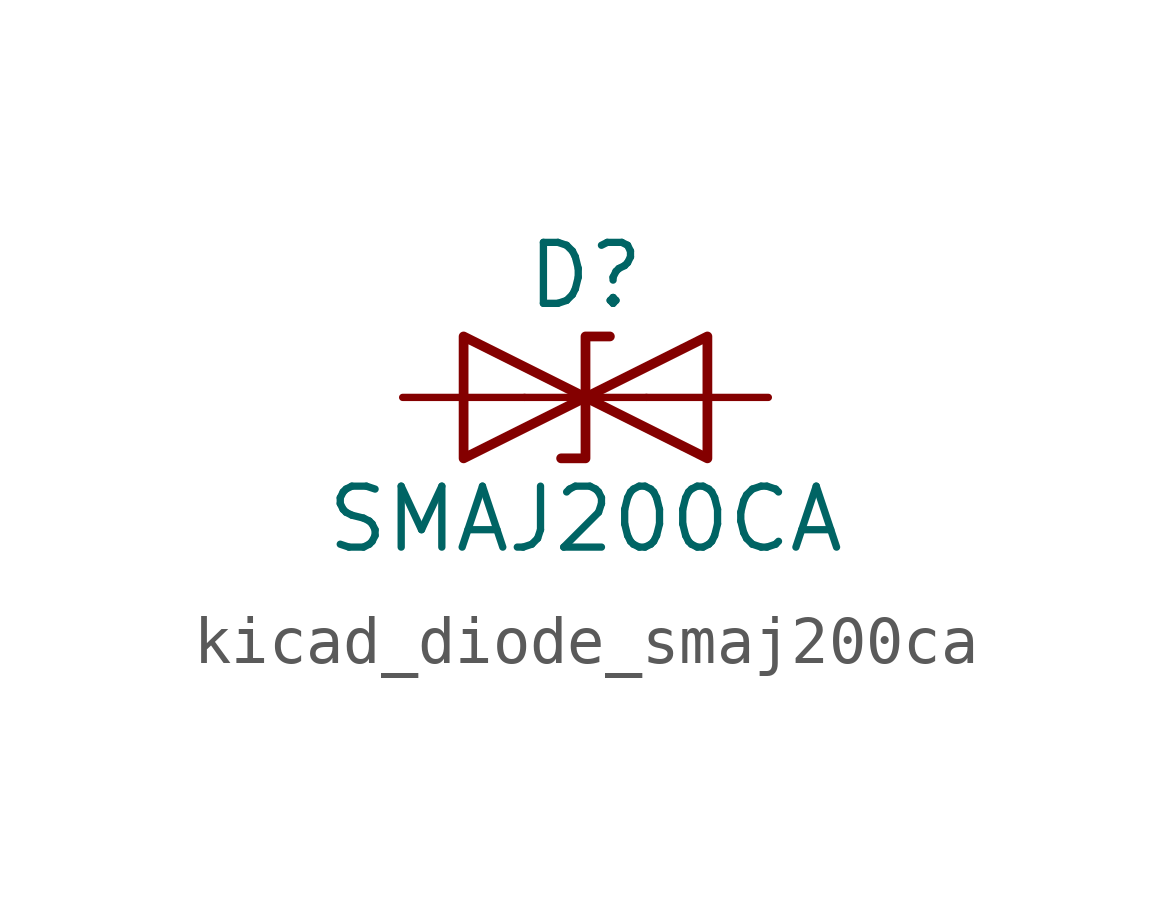
<source format=kicad_sym>
(kicad_symbol_lib
  (version 20220914)
  (generator kicad_symbol_editor)
  (symbol "kicad_diode_smaj200ca"
    (pin_numbers hide)
    (pin_names
      (offset 1.016) hide)
    (property "Reference" "D"
      (at 0 2.54 0)
      (effects (font (size 1.27 1.27))))
    (property "Value" "SMAJ200CA"
      (at 0 -2.54 0)
      (effects (font (size 1.27 1.27))))
    (symbol "kicad_diode_smaj200ca_0_1"
      (polyline (pts (xy 1.27 0) (xy -1.27 0)) (stroke (width 0) (type default)) (fill (type none)))
      (polyline (pts (xy -2.54 -1.27) (xy 0 0) (xy -2.54 1.27) (xy -2.54 -1.27)) (stroke (width 0.203) (type default)) (fill (type none)))
      (polyline (pts (xy 0.508 1.27) (xy 0 1.27) (xy 0 -1.27) (xy -0.508 -1.27)) (stroke (width 0.203) (type default)) (fill (type none)))
      (polyline (pts (xy 2.54 1.27) (xy 2.54 -1.27) (xy 0 0) (xy 2.54 1.27)) (stroke (width 0.203) (type default)) (fill (type none))))
    (symbol "kicad_diode_smaj200ca_1_1"
      (pin passive line (at -3.81 0 0) (length 2.54) (name "A1" (effects (font (size 1.27 1.27)))) (number "1" (effects (font (size 1.27 1.27)))))
      (pin passive line (at 3.81 0 180) (length 2.54) (name "A2" (effects (font (size 1.27 1.27)))) (number "2" (effects (font (size 1.27 1.27))))))))
</source>
